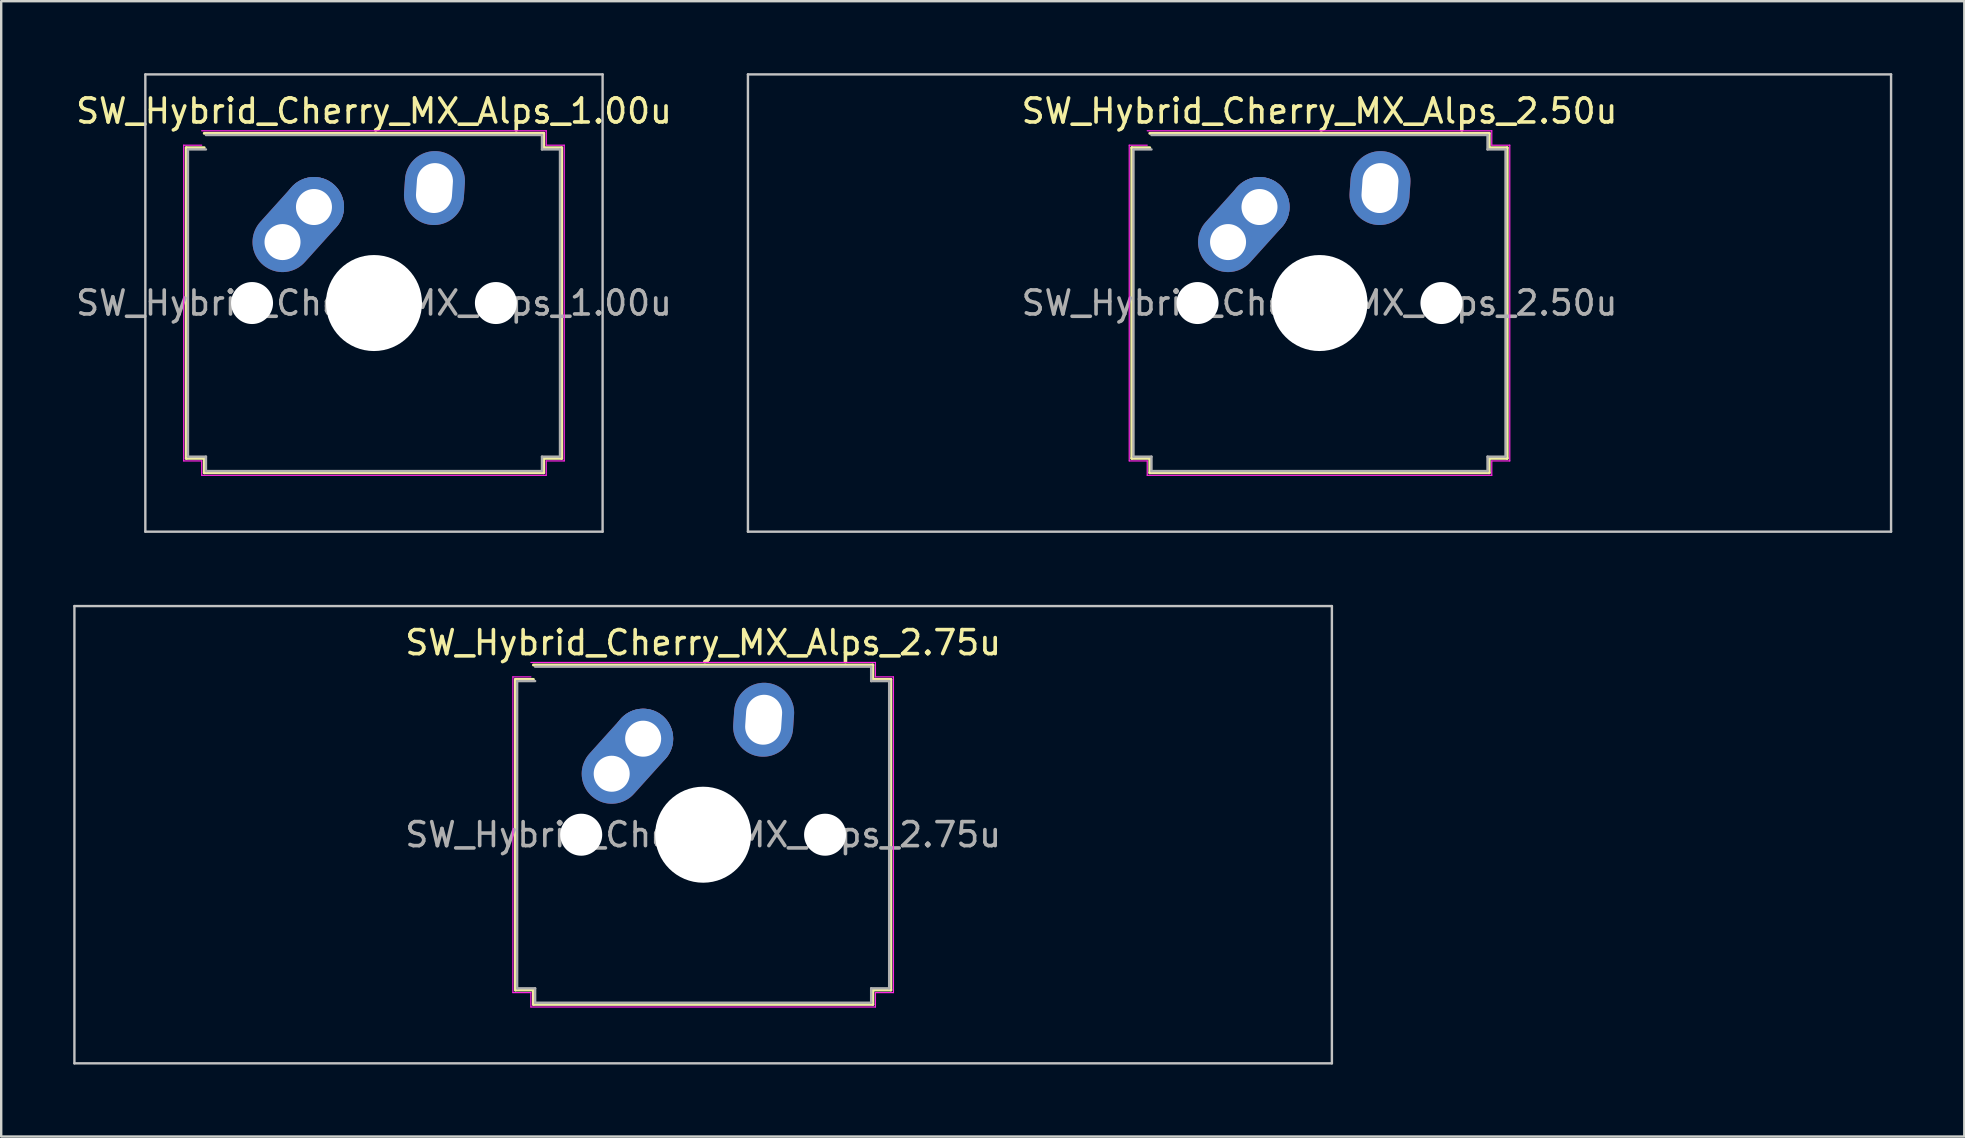
<source format=kicad_pcb>
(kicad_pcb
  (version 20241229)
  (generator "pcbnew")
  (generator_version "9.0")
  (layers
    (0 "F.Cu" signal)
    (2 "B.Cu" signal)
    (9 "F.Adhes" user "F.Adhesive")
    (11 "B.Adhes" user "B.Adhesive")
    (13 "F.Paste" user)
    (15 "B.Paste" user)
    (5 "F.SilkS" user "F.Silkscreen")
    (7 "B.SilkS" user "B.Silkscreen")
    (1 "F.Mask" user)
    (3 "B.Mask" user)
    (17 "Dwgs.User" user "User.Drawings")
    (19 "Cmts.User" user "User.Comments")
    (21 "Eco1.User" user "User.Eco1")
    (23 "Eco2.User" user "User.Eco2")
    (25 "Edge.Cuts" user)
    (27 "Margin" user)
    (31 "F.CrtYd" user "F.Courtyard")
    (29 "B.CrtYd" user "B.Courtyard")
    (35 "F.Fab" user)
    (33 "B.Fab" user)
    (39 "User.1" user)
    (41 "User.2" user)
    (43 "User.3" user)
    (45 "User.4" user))
  (footprint "SW_Hybrid_Cherry_MX_Alps_2.50u"
    (layer "F.Cu")
    (at 51.922 9.575)
    (property "Reference" "SW_Hybrid_Cherry_MX_Alps_2.50u" (at 0 -8 0) (layer "F.SilkS") (effects (font (size 1 1) (thickness 0.15))))
    (attr through_hole)
    (fp_line (start -7.821 -6.471) (end -7.071 -6.471) (stroke (width 0.12) (type solid)) (layer "F.SilkS"))
    (fp_line (start -7.821 6.471) (end -7.821 -6.471) (stroke (width 0.12) (type solid)) (layer "F.SilkS"))
    (fp_line (start -7.071 -7.071) (end 7.071 -7.071) (stroke (width 0.12) (type solid)) (layer "F.SilkS"))
    (fp_line (start -7.071 6.471) (end -7.821 6.471) (stroke (width 0.12) (type solid)) (layer "F.SilkS"))
    (fp_line (start -7.071 7.071) (end -7.071 6.471) (stroke (width 0.12) (type solid)) (layer "F.SilkS"))
    (fp_line (start 7.071 -7.071) (end 7.071 -6.471) (stroke (width 0.12) (type solid)) (layer "F.SilkS"))
    (fp_line (start 7.071 -6.471) (end 7.821 -6.471) (stroke (width 0.12) (type solid)) (layer "F.SilkS"))
    (fp_line (start 7.071 6.471) (end 7.071 7.071) (stroke (width 0.12) (type solid)) (layer "F.SilkS"))
    (fp_line (start 7.071 7.071) (end -7.071 7.071) (stroke (width 0.12) (type solid)) (layer "F.SilkS"))
    (fp_line (start 7.821 -6.471) (end 7.821 6.471) (stroke (width 0.12) (type solid)) (layer "F.SilkS"))
    (fp_line (start 7.821 6.471) (end 7.071 6.471) (stroke (width 0.12) (type solid)) (layer "F.SilkS"))
    (fp_line (start -23.812 -9.525) (end -23.812 9.525) (stroke (width 0.1) (type solid)) (layer "Dwgs.User"))
    (fp_line (start -23.812 9.525) (end 23.812 9.525) (stroke (width 0.1) (type solid)) (layer "Dwgs.User"))
    (fp_line (start 23.812 -9.525) (end -23.812 -9.525) (stroke (width 0.1) (type solid)) (layer "Dwgs.User"))
    (fp_line (start 23.812 9.525) (end 23.812 -9.525) (stroke (width 0.1) (type solid)) (layer "Dwgs.User"))
    (fp_line (start -7.927 -6.577) (end -7.177 -6.577) (stroke (width 0.05) (type solid)) (layer "F.CrtYd"))
    (fp_line (start -7.927 6.577) (end -7.927 -6.577) (stroke (width 0.05) (type solid)) (layer "F.CrtYd"))
    (fp_line (start -7.177 -7.177) (end 7.177 -7.177) (stroke (width 0.05) (type solid)) (layer "F.CrtYd"))
    (fp_line (start -7.177 6.577) (end -7.927 6.577) (stroke (width 0.05) (type solid)) (layer "F.CrtYd"))
    (fp_line (start -7.177 7.177) (end -7.177 6.577) (stroke (width 0.05) (type solid)) (layer "F.CrtYd"))
    (fp_line (start 7.177 -7.177) (end 7.177 -6.577) (stroke (width 0.05) (type solid)) (layer "F.CrtYd"))
    (fp_line (start 7.177 -6.577) (end 7.927 -6.577) (stroke (width 0.05) (type solid)) (layer "F.CrtYd"))
    (fp_line (start 7.177 6.577) (end 7.177 7.177) (stroke (width 0.05) (type solid)) (layer "F.CrtYd"))
    (fp_line (start 7.177 7.177) (end -7.177 7.177) (stroke (width 0.05) (type solid)) (layer "F.CrtYd"))
    (fp_line (start 7.927 -6.577) (end 7.927 6.577) (stroke (width 0.05) (type solid)) (layer "F.CrtYd"))
    (fp_line (start 7.927 6.577) (end 7.177 6.577) (stroke (width 0.05) (type solid)) (layer "F.CrtYd"))
    (fp_line (start -7.75 -6.4) (end -7 -6.4) (stroke (width 0.1) (type solid)) (layer "F.Fab"))
    (fp_line (start -7.75 6.4) (end -7.75 -6.4) (stroke (width 0.1) (type solid)) (layer "F.Fab"))
    (fp_line (start -7 -7) (end 7 -7) (stroke (width 0.1) (type solid)) (layer "F.Fab"))
    (fp_line (start -7 6.4) (end -7.75 6.4) (stroke (width 0.1) (type solid)) (layer "F.Fab"))
    (fp_line (start -7 7) (end -7 6.4) (stroke (width 0.1) (type solid)) (layer "F.Fab"))
    (fp_line (start 7 -7) (end 7 -6.4) (stroke (width 0.1) (type solid)) (layer "F.Fab"))
    (fp_line (start 7 -6.4) (end 7.75 -6.4) (stroke (width 0.1) (type solid)) (layer "F.Fab"))
    (fp_line (start 7 6.4) (end 7 7) (stroke (width 0.1) (type solid)) (layer "F.Fab"))
    (fp_line (start 7 7) (end -7 7) (stroke (width 0.1) (type solid)) (layer "F.Fab"))
    (fp_line (start 7.75 -6.4) (end 7.75 6.4) (stroke (width 0.1) (type solid)) (layer "F.Fab"))
    (fp_line (start 7.75 6.4) (end 7 6.4) (stroke (width 0.1) (type solid)) (layer "F.Fab"))
    (fp_text user "${REFERENCE}" (at 0 0 0) (layer "F.Fab") (effects (font (size 1 1) (thickness 0.15))))
    (pad "" np_thru_hole circle (at -5.08 0) (size 1.75 1.75) (drill 1.75) (layers "*.Cu" "*.Mask"))
    (pad "" smd circle (at -3.81 -2.54 48) (size 1.55 1.55) (layers "F.Mask"))
    (pad "" smd circle (at -2.5 -4) (size 1.55 1.55) (layers "F.Mask"))
    (pad "" np_thru_hole circle (at 0 0) (size 4 4) (drill 4) (layers "*.Cu" "*.Mask"))
    (pad "" smd oval (at 2.52 -4.79 86) (size 2.131 1.55) (layers "F.Mask"))
    (pad "" np_thru_hole circle (at 5.08 0) (size 1.75 1.75) (drill 1.75) (layers "*.Cu" "*.Mask"))
    (pad "1" thru_hole oval (at -3.81 -2.54 48) (size 4.462 2.5) (drill 1.5 (offset 0.981 0)) (layers "*.Cu" "B.Mask"))
    (pad "1" thru_hole circle (at -2.5 -4) (size 2.5 2.5) (drill 1.5) (layers "*.Cu" "B.Mask"))
    (pad "2" thru_hole oval (at 2.52 -4.79 86) (size 3.081 2.5) (drill oval 2.081 1.5) (layers "*.Cu" "B.Mask")))
  (footprint "SW_Hybrid_Cherry_MX_Alps_2.75u"
    (layer "F.Cu")
    (at 26.244 31.725)
    (property "Reference" "SW_Hybrid_Cherry_MX_Alps_2.75u" (at 0 -8 0) (layer "F.SilkS") (effects (font (size 1 1) (thickness 0.15))))
    (attr through_hole)
    (fp_line (start -7.821 -6.471) (end -7.071 -6.471) (stroke (width 0.12) (type solid)) (layer "F.SilkS"))
    (fp_line (start -7.821 6.471) (end -7.821 -6.471) (stroke (width 0.12) (type solid)) (layer "F.SilkS"))
    (fp_line (start -7.071 -7.071) (end 7.071 -7.071) (stroke (width 0.12) (type solid)) (layer "F.SilkS"))
    (fp_line (start -7.071 6.471) (end -7.821 6.471) (stroke (width 0.12) (type solid)) (layer "F.SilkS"))
    (fp_line (start -7.071 7.071) (end -7.071 6.471) (stroke (width 0.12) (type solid)) (layer "F.SilkS"))
    (fp_line (start 7.071 -7.071) (end 7.071 -6.471) (stroke (width 0.12) (type solid)) (layer "F.SilkS"))
    (fp_line (start 7.071 -6.471) (end 7.821 -6.471) (stroke (width 0.12) (type solid)) (layer "F.SilkS"))
    (fp_line (start 7.071 6.471) (end 7.071 7.071) (stroke (width 0.12) (type solid)) (layer "F.SilkS"))
    (fp_line (start 7.071 7.071) (end -7.071 7.071) (stroke (width 0.12) (type solid)) (layer "F.SilkS"))
    (fp_line (start 7.821 -6.471) (end 7.821 6.471) (stroke (width 0.12) (type solid)) (layer "F.SilkS"))
    (fp_line (start 7.821 6.471) (end 7.071 6.471) (stroke (width 0.12) (type solid)) (layer "F.SilkS"))
    (fp_line (start -26.194 -9.525) (end -26.194 9.525) (stroke (width 0.1) (type solid)) (layer "Dwgs.User"))
    (fp_line (start -26.194 9.525) (end 26.194 9.525) (stroke (width 0.1) (type solid)) (layer "Dwgs.User"))
    (fp_line (start 26.194 -9.525) (end -26.194 -9.525) (stroke (width 0.1) (type solid)) (layer "Dwgs.User"))
    (fp_line (start 26.194 9.525) (end 26.194 -9.525) (stroke (width 0.1) (type solid)) (layer "Dwgs.User"))
    (fp_line (start -7.927 -6.577) (end -7.177 -6.577) (stroke (width 0.05) (type solid)) (layer "F.CrtYd"))
    (fp_line (start -7.927 6.577) (end -7.927 -6.577) (stroke (width 0.05) (type solid)) (layer "F.CrtYd"))
    (fp_line (start -7.177 -7.177) (end 7.177 -7.177) (stroke (width 0.05) (type solid)) (layer "F.CrtYd"))
    (fp_line (start -7.177 6.577) (end -7.927 6.577) (stroke (width 0.05) (type solid)) (layer "F.CrtYd"))
    (fp_line (start -7.177 7.177) (end -7.177 6.577) (stroke (width 0.05) (type solid)) (layer "F.CrtYd"))
    (fp_line (start 7.177 -7.177) (end 7.177 -6.577) (stroke (width 0.05) (type solid)) (layer "F.CrtYd"))
    (fp_line (start 7.177 -6.577) (end 7.927 -6.577) (stroke (width 0.05) (type solid)) (layer "F.CrtYd"))
    (fp_line (start 7.177 6.577) (end 7.177 7.177) (stroke (width 0.05) (type solid)) (layer "F.CrtYd"))
    (fp_line (start 7.177 7.177) (end -7.177 7.177) (stroke (width 0.05) (type solid)) (layer "F.CrtYd"))
    (fp_line (start 7.927 -6.577) (end 7.927 6.577) (stroke (width 0.05) (type solid)) (layer "F.CrtYd"))
    (fp_line (start 7.927 6.577) (end 7.177 6.577) (stroke (width 0.05) (type solid)) (layer "F.CrtYd"))
    (fp_line (start -7.75 -6.4) (end -7 -6.4) (stroke (width 0.1) (type solid)) (layer "F.Fab"))
    (fp_line (start -7.75 6.4) (end -7.75 -6.4) (stroke (width 0.1) (type solid)) (layer "F.Fab"))
    (fp_line (start -7 -7) (end 7 -7) (stroke (width 0.1) (type solid)) (layer "F.Fab"))
    (fp_line (start -7 6.4) (end -7.75 6.4) (stroke (width 0.1) (type solid)) (layer "F.Fab"))
    (fp_line (start -7 7) (end -7 6.4) (stroke (width 0.1) (type solid)) (layer "F.Fab"))
    (fp_line (start 7 -7) (end 7 -6.4) (stroke (width 0.1) (type solid)) (layer "F.Fab"))
    (fp_line (start 7 -6.4) (end 7.75 -6.4) (stroke (width 0.1) (type solid)) (layer "F.Fab"))
    (fp_line (start 7 6.4) (end 7 7) (stroke (width 0.1) (type solid)) (layer "F.Fab"))
    (fp_line (start 7 7) (end -7 7) (stroke (width 0.1) (type solid)) (layer "F.Fab"))
    (fp_line (start 7.75 -6.4) (end 7.75 6.4) (stroke (width 0.1) (type solid)) (layer "F.Fab"))
    (fp_line (start 7.75 6.4) (end 7 6.4) (stroke (width 0.1) (type solid)) (layer "F.Fab"))
    (fp_text user "${REFERENCE}" (at 0 0 0) (layer "F.Fab") (effects (font (size 1 1) (thickness 0.15))))
    (pad "" np_thru_hole circle (at -5.08 0) (size 1.75 1.75) (drill 1.75) (layers "*.Cu" "*.Mask"))
    (pad "" smd circle (at -3.81 -2.54 48) (size 1.55 1.55) (layers "F.Mask"))
    (pad "" smd circle (at -2.5 -4) (size 1.55 1.55) (layers "F.Mask"))
    (pad "" np_thru_hole circle (at 0 0) (size 4 4) (drill 4) (layers "*.Cu" "*.Mask"))
    (pad "" smd oval (at 2.52 -4.79 86) (size 2.131 1.55) (layers "F.Mask"))
    (pad "" np_thru_hole circle (at 5.08 0) (size 1.75 1.75) (drill 1.75) (layers "*.Cu" "*.Mask"))
    (pad "1" thru_hole oval (at -3.81 -2.54 48) (size 4.462 2.5) (drill 1.5 (offset 0.981 0)) (layers "*.Cu" "B.Mask"))
    (pad "1" thru_hole circle (at -2.5 -4) (size 2.5 2.5) (drill 1.5) (layers "*.Cu" "B.Mask"))
    (pad "2" thru_hole oval (at 2.52 -4.79 86) (size 3.081 2.5) (drill oval 2.081 1.5) (layers "*.Cu" "B.Mask")))
  (footprint "SW_Hybrid_Cherry_MX_Alps_1.00u"
    (layer "F.Cu")
    (at 12.53 9.575)
    (property "Reference" "SW_Hybrid_Cherry_MX_Alps_1.00u" (at 0 -8 0) (layer "F.SilkS") (effects (font (size 1 1) (thickness 0.15))))
    (attr through_hole)
    (fp_line (start -7.821 -6.471) (end -7.071 -6.471) (stroke (width 0.12) (type solid)) (layer "F.SilkS"))
    (fp_line (start -7.821 6.471) (end -7.821 -6.471) (stroke (width 0.12) (type solid)) (layer "F.SilkS"))
    (fp_line (start -7.071 -7.071) (end 7.071 -7.071) (stroke (width 0.12) (type solid)) (layer "F.SilkS"))
    (fp_line (start -7.071 6.471) (end -7.821 6.471) (stroke (width 0.12) (type solid)) (layer "F.SilkS"))
    (fp_line (start -7.071 7.071) (end -7.071 6.471) (stroke (width 0.12) (type solid)) (layer "F.SilkS"))
    (fp_line (start 7.071 -7.071) (end 7.071 -6.471) (stroke (width 0.12) (type solid)) (layer "F.SilkS"))
    (fp_line (start 7.071 -6.471) (end 7.821 -6.471) (stroke (width 0.12) (type solid)) (layer "F.SilkS"))
    (fp_line (start 7.071 6.471) (end 7.071 7.071) (stroke (width 0.12) (type solid)) (layer "F.SilkS"))
    (fp_line (start 7.071 7.071) (end -7.071 7.071) (stroke (width 0.12) (type solid)) (layer "F.SilkS"))
    (fp_line (start 7.821 -6.471) (end 7.821 6.471) (stroke (width 0.12) (type solid)) (layer "F.SilkS"))
    (fp_line (start 7.821 6.471) (end 7.071 6.471) (stroke (width 0.12) (type solid)) (layer "F.SilkS"))
    (fp_line (start -9.525 -9.525) (end -9.525 9.525) (stroke (width 0.1) (type solid)) (layer "Dwgs.User"))
    (fp_line (start -9.525 9.525) (end 9.525 9.525) (stroke (width 0.1) (type solid)) (layer "Dwgs.User"))
    (fp_line (start 9.525 -9.525) (end -9.525 -9.525) (stroke (width 0.1) (type solid)) (layer "Dwgs.User"))
    (fp_line (start 9.525 9.525) (end 9.525 -9.525) (stroke (width 0.1) (type solid)) (layer "Dwgs.User"))
    (fp_line (start -7.927 -6.577) (end -7.177 -6.577) (stroke (width 0.05) (type solid)) (layer "F.CrtYd"))
    (fp_line (start -7.927 6.577) (end -7.927 -6.577) (stroke (width 0.05) (type solid)) (layer "F.CrtYd"))
    (fp_line (start -7.177 -7.177) (end 7.177 -7.177) (stroke (width 0.05) (type solid)) (layer "F.CrtYd"))
    (fp_line (start -7.177 6.577) (end -7.927 6.577) (stroke (width 0.05) (type solid)) (layer "F.CrtYd"))
    (fp_line (start -7.177 7.177) (end -7.177 6.577) (stroke (width 0.05) (type solid)) (layer "F.CrtYd"))
    (fp_line (start 7.177 -7.177) (end 7.177 -6.577) (stroke (width 0.05) (type solid)) (layer "F.CrtYd"))
    (fp_line (start 7.177 -6.577) (end 7.927 -6.577) (stroke (width 0.05) (type solid)) (layer "F.CrtYd"))
    (fp_line (start 7.177 6.577) (end 7.177 7.177) (stroke (width 0.05) (type solid)) (layer "F.CrtYd"))
    (fp_line (start 7.177 7.177) (end -7.177 7.177) (stroke (width 0.05) (type solid)) (layer "F.CrtYd"))
    (fp_line (start 7.927 -6.577) (end 7.927 6.577) (stroke (width 0.05) (type solid)) (layer "F.CrtYd"))
    (fp_line (start 7.927 6.577) (end 7.177 6.577) (stroke (width 0.05) (type solid)) (layer "F.CrtYd"))
    (fp_line (start -7.75 -6.4) (end -7 -6.4) (stroke (width 0.1) (type solid)) (layer "F.Fab"))
    (fp_line (start -7.75 6.4) (end -7.75 -6.4) (stroke (width 0.1) (type solid)) (layer "F.Fab"))
    (fp_line (start -7 -7) (end 7 -7) (stroke (width 0.1) (type solid)) (layer "F.Fab"))
    (fp_line (start -7 6.4) (end -7.75 6.4) (stroke (width 0.1) (type solid)) (layer "F.Fab"))
    (fp_line (start -7 7) (end -7 6.4) (stroke (width 0.1) (type solid)) (layer "F.Fab"))
    (fp_line (start 7 -7) (end 7 -6.4) (stroke (width 0.1) (type solid)) (layer "F.Fab"))
    (fp_line (start 7 -6.4) (end 7.75 -6.4) (stroke (width 0.1) (type solid)) (layer "F.Fab"))
    (fp_line (start 7 6.4) (end 7 7) (stroke (width 0.1) (type solid)) (layer "F.Fab"))
    (fp_line (start 7 7) (end -7 7) (stroke (width 0.1) (type solid)) (layer "F.Fab"))
    (fp_line (start 7.75 -6.4) (end 7.75 6.4) (stroke (width 0.1) (type solid)) (layer "F.Fab"))
    (fp_line (start 7.75 6.4) (end 7 6.4) (stroke (width 0.1) (type solid)) (layer "F.Fab"))
    (fp_text user "${REFERENCE}" (at 0 0 0) (layer "F.Fab") (effects (font (size 1 1) (thickness 0.15))))
    (pad "" np_thru_hole circle (at -5.08 0) (size 1.75 1.75) (drill 1.75) (layers "*.Cu" "*.Mask"))
    (pad "" smd circle (at -3.81 -2.54 48) (size 1.55 1.55) (layers "F.Mask"))
    (pad "" smd circle (at -2.5 -4) (size 1.55 1.55) (layers "F.Mask"))
    (pad "" np_thru_hole circle (at 0 0) (size 4 4) (drill 4) (layers "*.Cu" "*.Mask"))
    (pad "" smd oval (at 2.52 -4.79 86) (size 2.131 1.55) (layers "F.Mask"))
    (pad "" np_thru_hole circle (at 5.08 0) (size 1.75 1.75) (drill 1.75) (layers "*.Cu" "*.Mask"))
    (pad "1" thru_hole oval (at -3.81 -2.54 48) (size 4.462 2.5) (drill 1.5 (offset 0.981 0)) (layers "*.Cu" "B.Mask"))
    (pad "1" thru_hole circle (at -2.5 -4) (size 2.5 2.5) (drill 1.5) (layers "*.Cu" "B.Mask"))
    (pad "2" thru_hole oval (at 2.52 -4.79 86) (size 3.081 2.5) (drill oval 2.081 1.5) (layers "*.Cu" "B.Mask")))
  (gr_rect
    (start -3 -3)
    (end 78.785 44.3)
    (stroke (width 0.1) (type default))
    (fill no)
    (layer "Edge.Cuts")))
</source>
